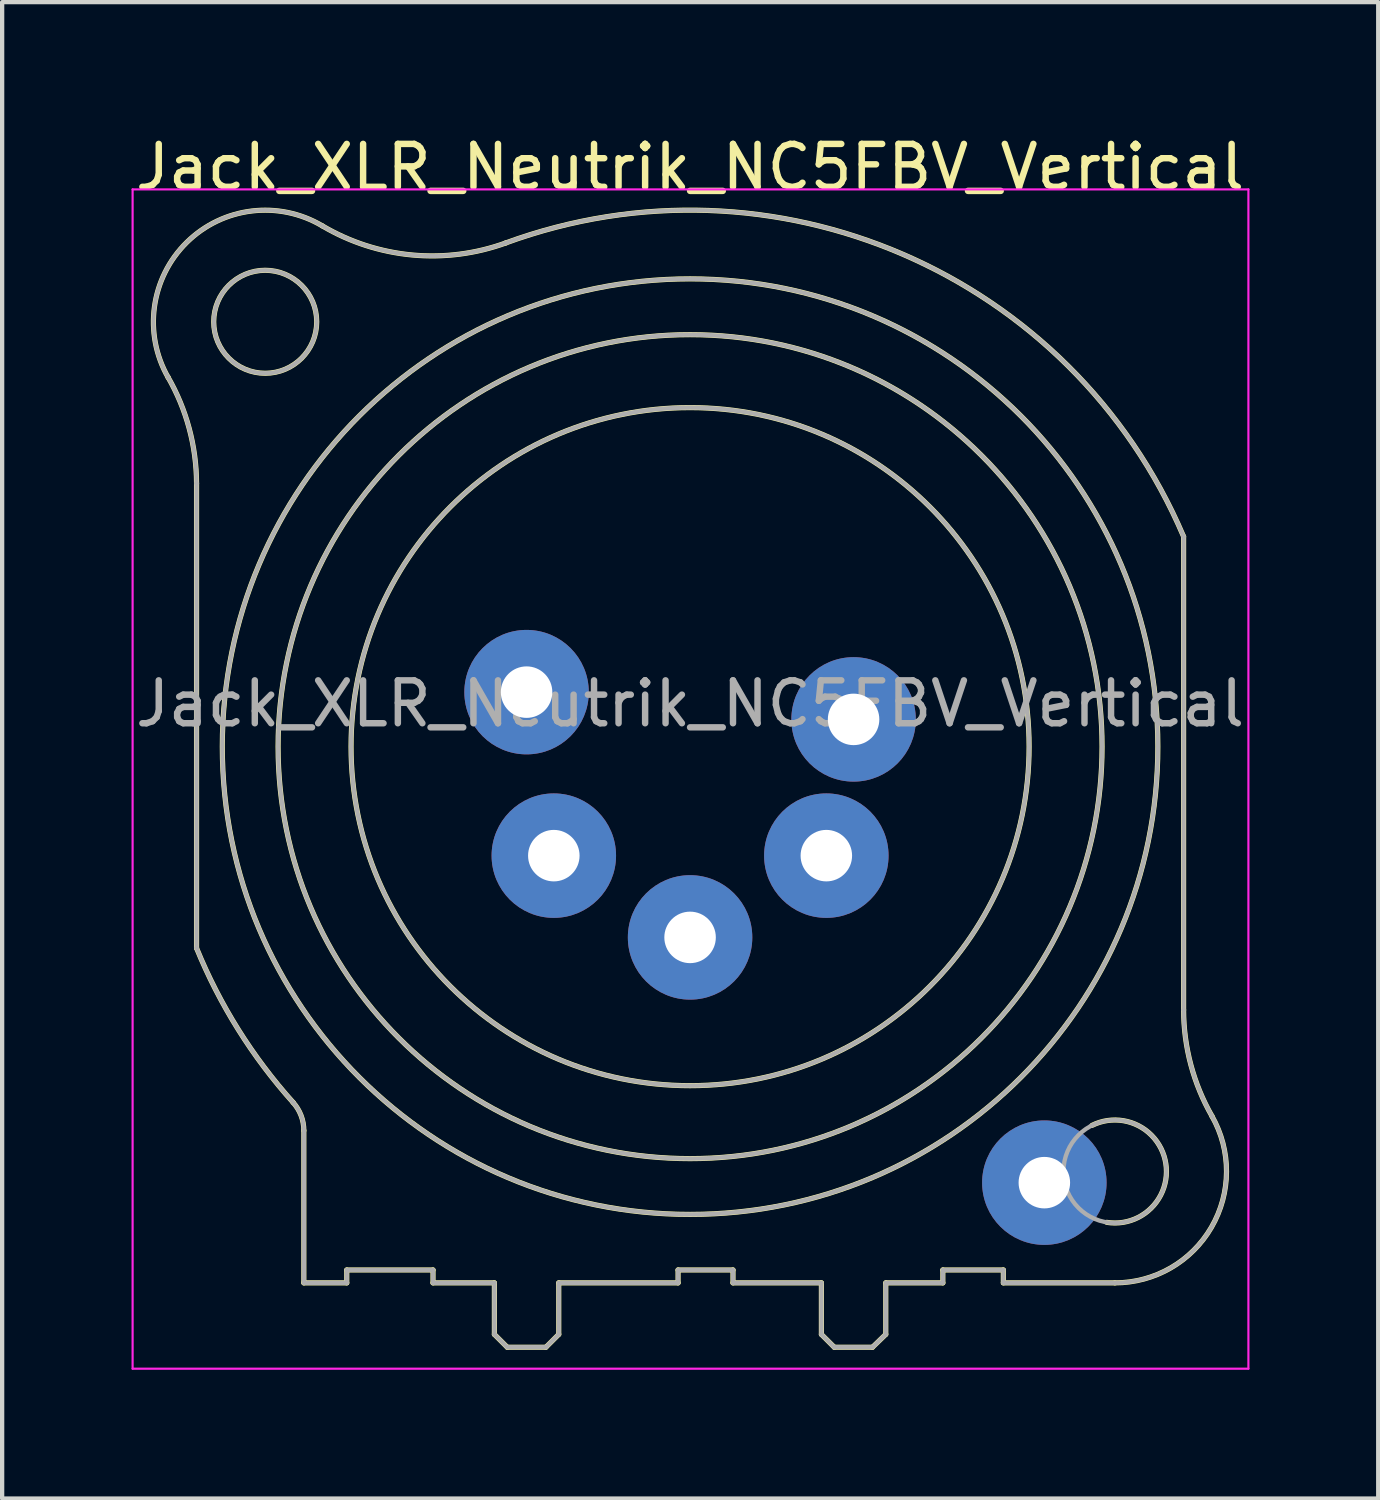
<source format=kicad_pcb>
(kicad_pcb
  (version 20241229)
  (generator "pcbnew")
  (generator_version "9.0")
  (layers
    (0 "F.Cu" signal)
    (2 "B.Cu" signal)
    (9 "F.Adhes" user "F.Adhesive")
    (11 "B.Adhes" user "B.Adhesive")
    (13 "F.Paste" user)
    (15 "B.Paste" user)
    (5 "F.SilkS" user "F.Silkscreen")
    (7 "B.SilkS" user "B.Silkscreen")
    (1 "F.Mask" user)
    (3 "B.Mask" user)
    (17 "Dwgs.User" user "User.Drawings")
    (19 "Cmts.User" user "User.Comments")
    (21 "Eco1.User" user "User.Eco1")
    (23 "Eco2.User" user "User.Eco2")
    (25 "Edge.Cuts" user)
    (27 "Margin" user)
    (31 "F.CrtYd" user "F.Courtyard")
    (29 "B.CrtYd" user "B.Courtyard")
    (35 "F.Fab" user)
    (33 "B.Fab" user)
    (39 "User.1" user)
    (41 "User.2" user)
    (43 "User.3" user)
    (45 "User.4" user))
  (footprint "Jack_XLR_Neutrik_NC5FBV_Vertical"
    (layer "F.Cu")
    (at 16.84 13.713)
    (property "Reference" "Jack_XLR_Neutrik_NC5FBV_Vertical" (at -3.81 -12.865 0) (layer "F.SilkS") (effects (font (size 1 1) (thickness 0.15))))
    (attr through_hole)
    (fp_line (start -15.31 -5.5) (end -15.31 5.33) (stroke (width 0.12) (type solid)) (layer "F.SilkS"))
    (fp_line (start -12.81 9.58) (end -12.81 13.13) (stroke (width 0.12) (type solid)) (layer "F.SilkS"))
    (fp_line (start -11.81 12.83) (end -11.81 13.13) (stroke (width 0.12) (type solid)) (layer "F.SilkS"))
    (fp_line (start -11.81 12.83) (end -9.8 12.83) (stroke (width 0.12) (type solid)) (layer "F.SilkS"))
    (fp_line (start -11.81 13.13) (end -12.81 13.13) (stroke (width 0.12) (type solid)) (layer "F.SilkS"))
    (fp_line (start -9.8 12.83) (end -9.8 13.13) (stroke (width 0.12) (type solid)) (layer "F.SilkS"))
    (fp_line (start -8.37 13.13) (end -9.8 13.13) (stroke (width 0.12) (type solid)) (layer "F.SilkS"))
    (fp_line (start -8.37 13.13) (end -8.37 14.33) (stroke (width 0.12) (type solid)) (layer "F.SilkS"))
    (fp_line (start -8.37 14.33) (end -8.07 14.63) (stroke (width 0.12) (type solid)) (layer "F.SilkS"))
    (fp_line (start -8.07 14.63) (end -7.17 14.63) (stroke (width 0.12) (type solid)) (layer "F.SilkS"))
    (fp_line (start -6.87 13.13) (end -6.87 14.33) (stroke (width 0.12) (type solid)) (layer "F.SilkS"))
    (fp_line (start -6.87 14.33) (end -7.17 14.63) (stroke (width 0.12) (type solid)) (layer "F.SilkS"))
    (fp_line (start -4.09 12.83) (end -4.09 13.13) (stroke (width 0.12) (type solid)) (layer "F.SilkS"))
    (fp_line (start -4.09 12.83) (end -2.81 12.83) (stroke (width 0.12) (type solid)) (layer "F.SilkS"))
    (fp_line (start -4.09 13.13) (end -6.87 13.13) (stroke (width 0.12) (type solid)) (layer "F.SilkS"))
    (fp_line (start -2.81 12.83) (end -2.81 13.13) (stroke (width 0.12) (type solid)) (layer "F.SilkS"))
    (fp_line (start -0.75 13.13) (end -2.81 13.13) (stroke (width 0.12) (type solid)) (layer "F.SilkS"))
    (fp_line (start -0.75 13.13) (end -0.75 14.33) (stroke (width 0.12) (type solid)) (layer "F.SilkS"))
    (fp_line (start -0.75 14.33) (end -0.45 14.63) (stroke (width 0.12) (type solid)) (layer "F.SilkS"))
    (fp_line (start -0.45 14.63) (end 0.44 14.63) (stroke (width 0.12) (type solid)) (layer "F.SilkS"))
    (fp_line (start 0.75 13.13) (end 0.75 14.33) (stroke (width 0.12) (type solid)) (layer "F.SilkS"))
    (fp_line (start 0.75 14.33) (end 0.44 14.63) (stroke (width 0.12) (type solid)) (layer "F.SilkS"))
    (fp_line (start 2.08 12.83) (end 2.08 13.13) (stroke (width 0.12) (type solid)) (layer "F.SilkS"))
    (fp_line (start 2.08 12.83) (end 3.49 12.83) (stroke (width 0.12) (type solid)) (layer "F.SilkS"))
    (fp_line (start 2.08 13.13) (end 0.75 13.13) (stroke (width 0.12) (type solid)) (layer "F.SilkS"))
    (fp_line (start 3.49 12.83) (end 3.49 13.13) (stroke (width 0.12) (type solid)) (layer "F.SilkS"))
    (fp_line (start 6.09 13.13) (end 3.49 13.13) (stroke (width 0.12) (type solid)) (layer "F.SilkS"))
    (fp_line (start 7.69 6.77) (end 7.69 -4.26) (stroke (width 0.12) (type solid)) (layer "F.SilkS"))
    (fp_arc (start -15.978065 -7.979621) (mid -15.482459 -6.783342) (end -15.31 -5.5) (stroke (width 0.12) (type solid)) (layer "F.SilkS"))
    (fp_arc (start -15.970602 -7.965327) (mid -15.537562 -11.11648) (end -12.38 -11.5) (stroke (width 0.12) (type solid)) (layer "F.SilkS"))
    (fp_arc (start -13.064011 8.921714) (mid -12.875705 9.227203) (end -12.81 9.58) (stroke (width 0.12) (type solid)) (layer "F.SilkS"))
    (fp_arc (start -13.054249 8.9318) (mid -14.337308 7.228089) (end -15.31 5.33) (stroke (width 0.12) (type solid)) (layer "F.SilkS"))
    (fp_arc (start -8.116912 -11.097925) (mid 1.152301 -10.83612) (end 7.69 -4.26) (stroke (width 0.12) (type solid)) (layer "F.SilkS"))
    (fp_arc (start -8.098974 -11.103419) (mid -10.283992 -10.821287) (end -12.38 -11.5) (stroke (width 0.12) (type solid)) (layer "F.SilkS"))
    (fp_arc (start 5.554673 9.460872) (mid 7.276356 10.353655) (end 5.9 11.72) (stroke (width 0.12) (type solid)) (layer "F.SilkS"))
    (fp_arc (start 8.348442 9.241807) (mid 8.338255 11.83589) (end 6.09 13.13) (stroke (width 0.12) (type solid)) (layer "F.SilkS"))
    (fp_arc (start 8.351797 9.24598) (mid 7.859562 8.051113) (end 7.69 6.77) (stroke (width 0.12) (type solid)) (layer "F.SilkS"))
    (fp_circle (center -13.71 -9.265) (end -12.51 -9.265) (stroke (width 0.12) (type solid)) (fill no) (layer "F.SilkS"))
    (fp_circle (center -3.81 0.635) (end 4.09 0.635) (stroke (width 0.12) (type solid)) (fill no) (layer "F.SilkS"))
    (fp_circle (center -3.81 0.635) (end 5.79 0.635) (stroke (width 0.12) (type solid)) (fill no) (layer "F.SilkS"))
    (fp_circle (center -3.81 0.635) (end 7.09 0.635) (stroke (width 0.12) (type solid)) (fill no) (layer "F.SilkS"))
    (fp_line (start -16.8 -12.35) (end 9.2 -12.35) (stroke (width 0.05) (type solid)) (layer "F.CrtYd"))
    (fp_line (start -16.8 15.13) (end -16.8 -12.35) (stroke (width 0.05) (type solid)) (layer "F.CrtYd"))
    (fp_line (start 9.2 -12.35) (end 9.2 15.13) (stroke (width 0.05) (type solid)) (layer "F.CrtYd"))
    (fp_line (start 9.2 15.13) (end -16.8 15.13) (stroke (width 0.05) (type solid)) (layer "F.CrtYd"))
    (fp_line (start -15.31 -5.5) (end -15.31 5.33) (stroke (width 0.1) (type solid)) (layer "F.Fab"))
    (fp_line (start -12.81 9.58) (end -12.81 13.13) (stroke (width 0.1) (type solid)) (layer "F.Fab"))
    (fp_line (start -11.81 12.83) (end -11.81 13.13) (stroke (width 0.1) (type solid)) (layer "F.Fab"))
    (fp_line (start -11.81 12.83) (end -9.8 12.83) (stroke (width 0.1) (type solid)) (layer "F.Fab"))
    (fp_line (start -11.81 13.13) (end -12.81 13.13) (stroke (width 0.1) (type solid)) (layer "F.Fab"))
    (fp_line (start -9.8 12.83) (end -9.8 13.13) (stroke (width 0.1) (type solid)) (layer "F.Fab"))
    (fp_line (start -8.37 13.13) (end -9.8 13.13) (stroke (width 0.1) (type solid)) (layer "F.Fab"))
    (fp_line (start -8.37 13.13) (end -8.37 14.33) (stroke (width 0.1) (type solid)) (layer "F.Fab"))
    (fp_line (start -8.37 14.33) (end -8.07 14.63) (stroke (width 0.1) (type solid)) (layer "F.Fab"))
    (fp_line (start -8.07 14.63) (end -7.17 14.63) (stroke (width 0.1) (type solid)) (layer "F.Fab"))
    (fp_line (start -6.87 13.13) (end -6.87 14.33) (stroke (width 0.1) (type solid)) (layer "F.Fab"))
    (fp_line (start -6.87 14.33) (end -7.17 14.63) (stroke (width 0.1) (type solid)) (layer "F.Fab"))
    (fp_line (start -4.09 12.83) (end -4.09 13.13) (stroke (width 0.1) (type solid)) (layer "F.Fab"))
    (fp_line (start -4.09 12.83) (end -2.81 12.83) (stroke (width 0.1) (type solid)) (layer "F.Fab"))
    (fp_line (start -4.09 13.13) (end -6.87 13.13) (stroke (width 0.1) (type solid)) (layer "F.Fab"))
    (fp_line (start -2.81 12.83) (end -2.81 13.13) (stroke (width 0.1) (type solid)) (layer "F.Fab"))
    (fp_line (start -0.75 13.13) (end -2.81 13.13) (stroke (width 0.1) (type solid)) (layer "F.Fab"))
    (fp_line (start -0.75 13.13) (end -0.75 14.33) (stroke (width 0.1) (type solid)) (layer "F.Fab"))
    (fp_line (start -0.75 14.33) (end -0.45 14.63) (stroke (width 0.1) (type solid)) (layer "F.Fab"))
    (fp_line (start -0.45 14.63) (end 0.44 14.63) (stroke (width 0.1) (type solid)) (layer "F.Fab"))
    (fp_line (start 0.75 13.13) (end 0.75 14.33) (stroke (width 0.1) (type solid)) (layer "F.Fab"))
    (fp_line (start 0.75 14.33) (end 0.44 14.63) (stroke (width 0.1) (type solid)) (layer "F.Fab"))
    (fp_line (start 2.08 12.83) (end 2.08 13.13) (stroke (width 0.1) (type solid)) (layer "F.Fab"))
    (fp_line (start 2.08 12.83) (end 3.49 12.83) (stroke (width 0.1) (type solid)) (layer "F.Fab"))
    (fp_line (start 2.08 13.13) (end 0.75 13.13) (stroke (width 0.1) (type solid)) (layer "F.Fab"))
    (fp_line (start 3.49 12.83) (end 3.49 13.13) (stroke (width 0.1) (type solid)) (layer "F.Fab"))
    (fp_line (start 6.09 13.13) (end 3.49 13.13) (stroke (width 0.1) (type solid)) (layer "F.Fab"))
    (fp_line (start 7.69 6.77) (end 7.69 -4.26) (stroke (width 0.1) (type solid)) (layer "F.Fab"))
    (fp_arc (start -15.978065 -7.979621) (mid -15.482459 -6.783342) (end -15.31 -5.5) (stroke (width 0.1) (type solid)) (layer "F.Fab"))
    (fp_arc (start -15.970602 -7.965327) (mid -15.537562 -11.11648) (end -12.38 -11.5) (stroke (width 0.1) (type solid)) (layer "F.Fab"))
    (fp_arc (start -13.064011 8.921714) (mid -12.875705 9.227203) (end -12.81 9.58) (stroke (width 0.1) (type solid)) (layer "F.Fab"))
    (fp_arc (start -13.054249 8.9318) (mid -14.337308 7.228089) (end -15.31 5.33) (stroke (width 0.1) (type solid)) (layer "F.Fab"))
    (fp_arc (start -8.116912 -11.097925) (mid 1.152301 -10.83612) (end 7.69 -4.26) (stroke (width 0.1) (type solid)) (layer "F.Fab"))
    (fp_arc (start -8.098974 -11.103419) (mid -10.283992 -10.821287) (end -12.38 -11.5) (stroke (width 0.1) (type solid)) (layer "F.Fab"))
    (fp_arc (start 8.348442 9.241807) (mid 8.338255 11.83589) (end 6.09 13.13) (stroke (width 0.1) (type solid)) (layer "F.Fab"))
    (fp_arc (start 8.351797 9.24598) (mid 7.859562 8.051113) (end 7.69 6.77) (stroke (width 0.1) (type solid)) (layer "F.Fab"))
    (fp_circle (center -13.71 -9.265) (end -12.51 -9.265) (stroke (width 0.1) (type solid)) (fill no) (layer "F.Fab"))
    (fp_circle (center -3.81 0.635) (end 4.09 0.635) (stroke (width 0.1) (type solid)) (fill no) (layer "F.Fab"))
    (fp_circle (center -3.81 0.635) (end 5.79 0.635) (stroke (width 0.1) (type solid)) (fill no) (layer "F.Fab"))
    (fp_circle (center -3.81 0.635) (end 7.09 0.635) (stroke (width 0.1) (type solid)) (fill no) (layer "F.Fab"))
    (fp_circle (center 6.09 10.535) (end 7.29 10.535) (stroke (width 0.1) (type solid)) (fill no) (layer "F.Fab"))
    (fp_text user "${REFERENCE}" (at -3.81 -0.365 0) (layer "F.Fab") (effects (font (size 1 1) (thickness 0.15))))
    (pad "1" thru_hole circle (at 0 0) (size 2.9 2.9) (drill 1.2) (layers "*.Cu" "*.Mask"))
    (pad "2" thru_hole circle (at -0.635 3.175) (size 2.9 2.9) (drill 1.2) (layers "*.Cu" "*.Mask"))
    (pad "3" thru_hole circle (at -3.81 5.08) (size 2.9 2.9) (drill 1.2) (layers "*.Cu" "*.Mask"))
    (pad "4" thru_hole circle (at -6.985 3.175) (size 2.9 2.9) (drill 1.2) (layers "*.Cu" "*.Mask"))
    (pad "5" thru_hole circle (at -7.62 -0.635) (size 2.9 2.9) (drill 1.2) (layers "*.Cu" "*.Mask"))
    (pad "G" thru_hole circle (at 4.445 10.795) (size 2.9 2.9) (drill 1.2) (layers "*.Cu" "*.Mask")))
  (gr_rect
    (start -3 -3)
    (end 29.065 31.868)
    (stroke (width 0.1) (type default))
    (fill no)
    (layer "Edge.Cuts")))
</source>
